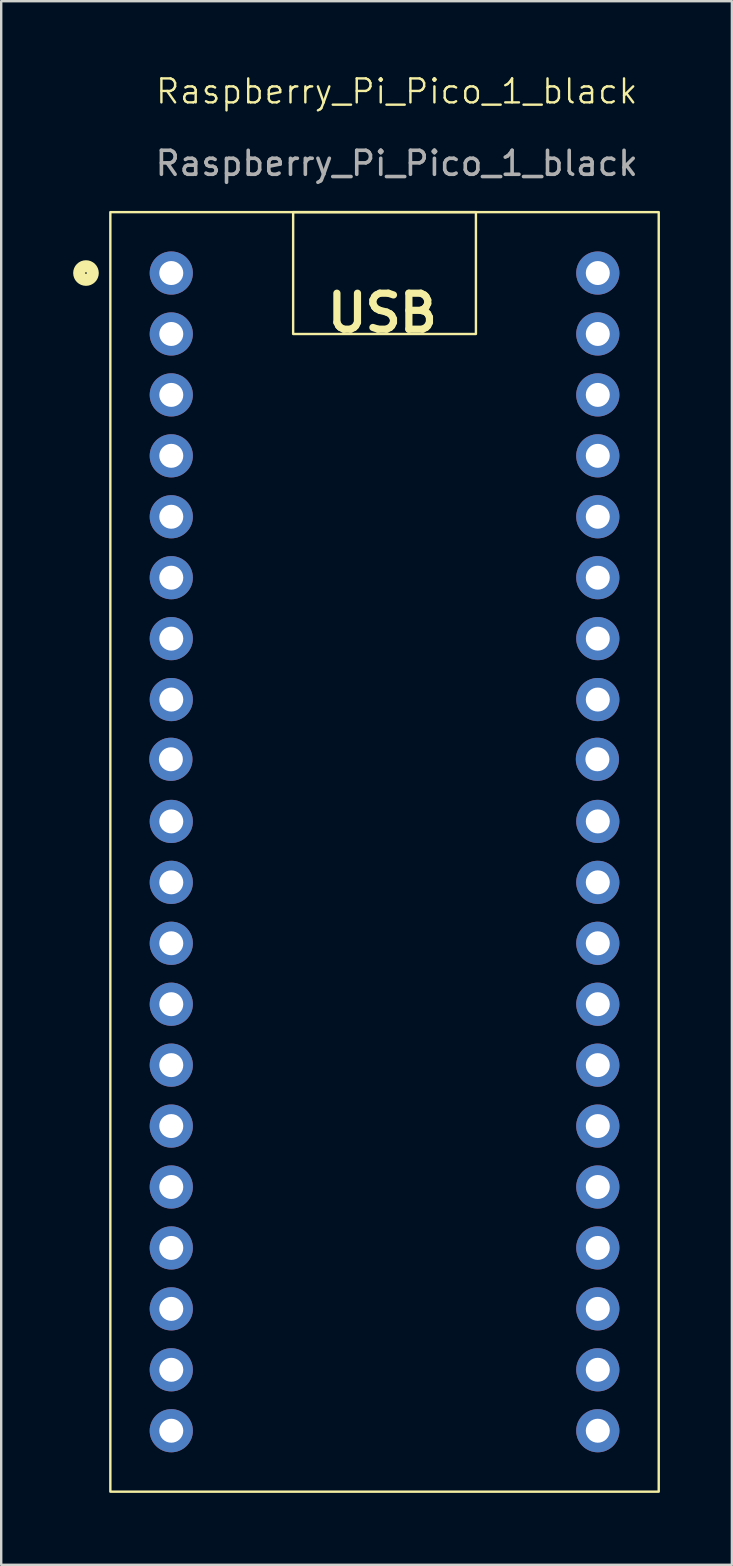
<source format=kicad_pcb>
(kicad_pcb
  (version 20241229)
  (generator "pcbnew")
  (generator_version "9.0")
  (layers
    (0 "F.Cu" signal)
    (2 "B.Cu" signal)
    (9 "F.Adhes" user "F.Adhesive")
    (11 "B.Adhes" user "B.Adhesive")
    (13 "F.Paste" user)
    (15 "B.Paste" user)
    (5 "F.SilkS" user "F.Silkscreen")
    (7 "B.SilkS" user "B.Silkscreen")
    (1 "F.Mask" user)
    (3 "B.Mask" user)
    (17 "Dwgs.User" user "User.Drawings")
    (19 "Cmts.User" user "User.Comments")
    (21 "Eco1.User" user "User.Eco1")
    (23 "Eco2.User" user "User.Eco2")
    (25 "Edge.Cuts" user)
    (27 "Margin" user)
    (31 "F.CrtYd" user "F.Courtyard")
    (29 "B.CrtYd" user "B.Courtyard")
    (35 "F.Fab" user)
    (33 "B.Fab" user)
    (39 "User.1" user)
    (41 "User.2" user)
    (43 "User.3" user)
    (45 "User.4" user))
  (footprint "Raspberry_Pi_Pico_1_black"
    (layer "F.Cu")
    (at 4.09 8.332)
    (property "Reference" "Raspberry_Pi_Pico_1_black" (at 9.398 -7.572 0) (unlocked yes) (layer "F.SilkS") (effects (font (size 1 1) (thickness 0.1))))
    (attr smd)
    (fp_rect (start -2.54 -2.54) (end 20.32 50.8) (stroke (width 0.1) (type default)) (fill no) (layer "F.SilkS"))
    (fp_rect (start 5.08 -2.54) (end 12.7 2.54) (stroke (width 0.1) (type default)) (fill no) (layer "F.SilkS"))
    (fp_circle (center -3.556 0) (end -3.272 0) (stroke (width 0.5) (type default)) (fill no) (layer "F.SilkS"))
    (fp_text user "USB" (at 6.35 2.54 0) (unlocked yes) (layer "F.SilkS") (effects (font (size 1.5 1.5) (thickness 0.3) (bold yes)) (justify left bottom)))
    (fp_text user "${REFERENCE}" (at 9.398 -4.572 0) (unlocked yes) (layer "F.Fab") (effects (font (size 1 1) (thickness 0.15))))
    (pad "1" thru_hole circle (at 0 0) (size 1.8 1.8) (drill 1) (layers "*.Cu" "*.Mask"))
    (pad "2" thru_hole circle (at 0 2.54) (size 1.8 1.8) (drill 1) (layers "*.Cu" "*.Mask"))
    (pad "3" thru_hole circle (at 0 5.08) (size 1.8 1.8) (drill 1) (layers "*.Cu" "*.Mask"))
    (pad "4" thru_hole circle (at 0 7.62) (size 1.8 1.8) (drill 1) (layers "*.Cu" "*.Mask"))
    (pad "5" thru_hole circle (at 0 10.16) (size 1.8 1.8) (drill 1) (layers "*.Cu" "*.Mask"))
    (pad "6" thru_hole circle (at 0 12.7) (size 1.8 1.8) (drill 1) (layers "*.Cu" "*.Mask"))
    (pad "7" thru_hole circle (at 0 15.24) (size 1.8 1.8) (drill 1) (layers "*.Cu" "*.Mask"))
    (pad "8" thru_hole circle (at 0 17.78) (size 1.8 1.8) (drill 1) (layers "*.Cu" "*.Mask"))
    (pad "9" thru_hole circle (at -0.016 20.27) (size 1.8 1.8) (drill 1) (layers "*.Cu" "*.Mask"))
    (pad "10" thru_hole circle (at 0 22.86) (size 1.8 1.8) (drill 1) (layers "*.Cu" "*.Mask"))
    (pad "11" thru_hole circle (at 0 25.4) (size 1.8 1.8) (drill 1) (layers "*.Cu" "*.Mask"))
    (pad "12" thru_hole circle (at 0 27.94) (size 1.8 1.8) (drill 1) (layers "*.Cu" "*.Mask"))
    (pad "13" thru_hole circle (at 0 30.48) (size 1.8 1.8) (drill 1) (layers "*.Cu" "*.Mask"))
    (pad "14" thru_hole circle (at 0 33.02) (size 1.8 1.8) (drill 1) (layers "*.Cu" "*.Mask"))
    (pad "15" thru_hole circle (at 0 35.56) (size 1.8 1.8) (drill 1) (layers "*.Cu" "*.Mask"))
    (pad "16" thru_hole circle (at 0 38.1) (size 1.8 1.8) (drill 1) (layers "*.Cu" "*.Mask"))
    (pad "17" thru_hole circle (at 0 40.64) (size 1.8 1.8) (drill 1) (layers "*.Cu" "*.Mask"))
    (pad "18" thru_hole circle (at 0 43.18) (size 1.8 1.8) (drill 1) (layers "*.Cu" "*.Mask"))
    (pad "19" thru_hole circle (at 0 45.72) (size 1.8 1.8) (drill 1) (layers "*.Cu" "*.Mask"))
    (pad "20" thru_hole circle (at 0 48.26) (size 1.8 1.8) (drill 1) (layers "*.Cu" "*.Mask"))
    (pad "21" thru_hole circle (at 17.78 48.26) (size 1.8 1.8) (drill 1) (layers "*.Cu" "*.Mask"))
    (pad "22" thru_hole circle (at 17.78 45.72) (size 1.8 1.8) (drill 1) (layers "*.Cu" "*.Mask"))
    (pad "23" thru_hole circle (at 17.78 43.18) (size 1.8 1.8) (drill 1) (layers "*.Cu" "*.Mask"))
    (pad "24" thru_hole circle (at 17.78 40.64) (size 1.8 1.8) (drill 1) (layers "*.Cu" "*.Mask"))
    (pad "25" thru_hole circle (at 17.78 38.1) (size 1.8 1.8) (drill 1) (layers "*.Cu" "*.Mask"))
    (pad "26" thru_hole circle (at 17.78 35.56) (size 1.8 1.8) (drill 1) (layers "*.Cu" "*.Mask"))
    (pad "27" thru_hole circle (at 17.78 33.02) (size 1.8 1.8) (drill 1) (layers "*.Cu" "*.Mask"))
    (pad "28" thru_hole circle (at 17.78 30.48) (size 1.8 1.8) (drill 1) (layers "*.Cu" "*.Mask"))
    (pad "29" thru_hole circle (at 17.78 27.94) (size 1.8 1.8) (drill 1) (layers "*.Cu" "*.Mask"))
    (pad "30" thru_hole circle (at 17.78 25.4) (size 1.8 1.8) (drill 1) (layers "*.Cu" "*.Mask"))
    (pad "31" thru_hole circle (at 17.78 22.86) (size 1.8 1.8) (drill 1) (layers "*.Cu" "*.Mask"))
    (pad "32" thru_hole circle (at 17.764 20.27) (size 1.8 1.8) (drill 1) (layers "*.Cu" "*.Mask"))
    (pad "33" thru_hole circle (at 17.78 17.78) (size 1.8 1.8) (drill 1) (layers "*.Cu" "*.Mask"))
    (pad "34" thru_hole circle (at 17.78 15.24) (size 1.8 1.8) (drill 1) (layers "*.Cu" "*.Mask"))
    (pad "35" thru_hole circle (at 17.78 12.7) (size 1.8 1.8) (drill 1) (layers "*.Cu" "*.Mask"))
    (pad "36" thru_hole circle (at 17.78 10.16) (size 1.8 1.8) (drill 1) (layers "*.Cu" "*.Mask"))
    (pad "37" thru_hole circle (at 17.78 7.62) (size 1.8 1.8) (drill 1) (layers "*.Cu" "*.Mask"))
    (pad "38" thru_hole circle (at 17.78 5.08) (size 1.8 1.8) (drill 1) (layers "*.Cu" "*.Mask"))
    (pad "39" thru_hole circle (at 17.78 2.54) (size 1.8 1.8) (drill 1) (layers "*.Cu" "*.Mask"))
    (pad "40" thru_hole circle (at 17.78 0) (size 1.8 1.8) (drill 1) (layers "*.Cu" "*.Mask")))
  (gr_rect
    (start -3 -3)
    (end 27.46 62.182)
    (stroke (width 0.1) (type default))
    (fill no)
    (layer "Edge.Cuts")))
</source>
